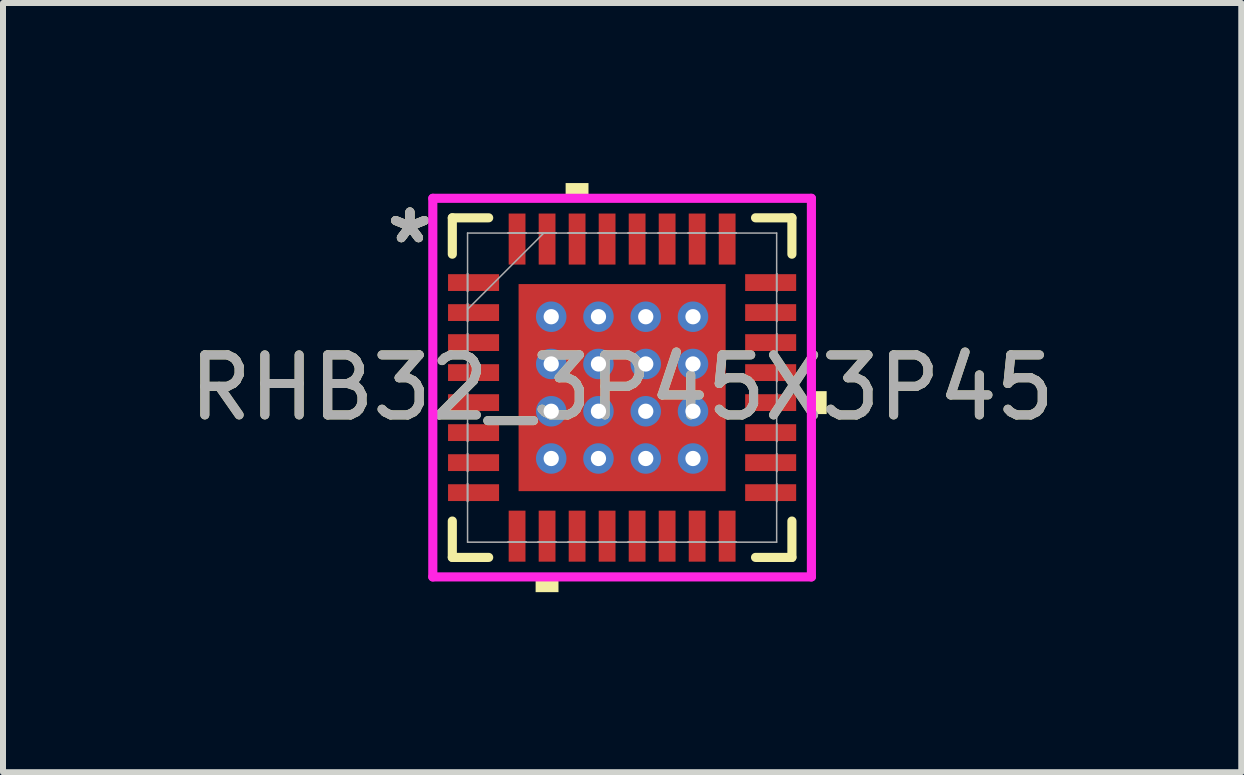
<source format=kicad_pcb>
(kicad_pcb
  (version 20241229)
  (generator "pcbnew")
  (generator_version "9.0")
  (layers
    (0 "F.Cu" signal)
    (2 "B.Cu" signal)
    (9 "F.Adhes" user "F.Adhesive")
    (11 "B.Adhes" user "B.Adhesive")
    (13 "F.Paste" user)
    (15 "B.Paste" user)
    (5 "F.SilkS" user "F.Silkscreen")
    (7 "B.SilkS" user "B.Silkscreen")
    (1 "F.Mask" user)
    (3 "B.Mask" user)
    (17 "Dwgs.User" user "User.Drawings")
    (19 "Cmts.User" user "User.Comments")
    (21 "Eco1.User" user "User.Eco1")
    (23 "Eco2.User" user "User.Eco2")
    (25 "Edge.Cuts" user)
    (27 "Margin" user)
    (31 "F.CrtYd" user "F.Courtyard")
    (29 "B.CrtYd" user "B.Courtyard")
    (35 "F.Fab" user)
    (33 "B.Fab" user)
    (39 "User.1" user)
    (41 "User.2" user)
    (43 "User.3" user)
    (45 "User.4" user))
  (footprint "RHB32_3P45X3P45"
    (layer "F.Cu")
    (at 7.315 3.408)
    (property "Reference" "RHB32_3P45X3P45" (at 0 0 0) (unlocked yes) (layer "F.SilkS") (effects (font (size 1 1) (thickness 0.15))))
    (attr smd)
    (fp_poly (pts (xy -2.97 -1.96) (xy -2.97 -1.54) (xy -1.98 -1.54) (xy -1.98 -1.96)) (stroke (width 0) (type solid)) (fill yes) (layer "F.Mask"))
    (fp_poly (pts (xy -2.97 -1.46) (xy -2.97 -1.04) (xy -1.98 -1.04) (xy -1.98 -1.46)) (stroke (width 0) (type solid)) (fill yes) (layer "F.Mask"))
    (fp_poly (pts (xy -2.97 -0.96) (xy -2.97 -0.54) (xy -1.98 -0.54) (xy -1.98 -0.96)) (stroke (width 0) (type solid)) (fill yes) (layer "F.Mask"))
    (fp_poly (pts (xy -2.97 -0.46) (xy -2.97 -0.04) (xy -1.98 -0.04) (xy -1.98 -0.46)) (stroke (width 0) (type solid)) (fill yes) (layer "F.Mask"))
    (fp_poly (pts (xy -2.97 0.04) (xy -2.97 0.46) (xy -1.98 0.46) (xy -1.98 0.04)) (stroke (width 0) (type solid)) (fill yes) (layer "F.Mask"))
    (fp_poly (pts (xy -2.97 0.54) (xy -2.97 0.96) (xy -1.98 0.96) (xy -1.98 0.54)) (stroke (width 0) (type solid)) (fill yes) (layer "F.Mask"))
    (fp_poly (pts (xy -2.97 1.04) (xy -2.97 1.46) (xy -1.98 1.46) (xy -1.98 1.04)) (stroke (width 0) (type solid)) (fill yes) (layer "F.Mask"))
    (fp_poly (pts (xy -2.97 1.54) (xy -2.97 1.96) (xy -1.98 1.96) (xy -1.98 1.54)) (stroke (width 0) (type solid)) (fill yes) (layer "F.Mask"))
    (fp_poly (pts (xy -1.96 -2.97) (xy -1.96 -1.98) (xy -1.541 -1.98) (xy -1.541 -2.97)) (stroke (width 0) (type solid)) (fill yes) (layer "F.Mask"))
    (fp_poly (pts (xy -1.96 1.98) (xy -1.96 2.97) (xy -1.541 2.97) (xy -1.541 1.98)) (stroke (width 0) (type solid)) (fill yes) (layer "F.Mask"))
    (fp_poly (pts (xy -1.788 -1.788) (xy -1.381 -1.788) (xy -1.381 1.788) (xy -1.788 1.788)) (stroke (width 0) (type solid)) (fill yes) (layer "F.Mask"))
    (fp_poly (pts (xy -1.788 -1.788) (xy 1.788 -1.788) (xy 1.788 -1.381) (xy -1.788 -1.381)) (stroke (width 0) (type solid)) (fill yes) (layer "F.Mask"))
    (fp_poly (pts (xy -1.788 -0.981) (xy 1.788 -0.981) (xy 1.788 -0.594) (xy -1.788 -0.594)) (stroke (width 0) (type solid)) (fill yes) (layer "F.Mask"))
    (fp_poly (pts (xy -1.788 -0.194) (xy 1.788 -0.194) (xy 1.788 0.194) (xy -1.788 0.194)) (stroke (width 0) (type solid)) (fill yes) (layer "F.Mask"))
    (fp_poly (pts (xy -1.788 0.594) (xy 1.788 0.594) (xy 1.788 0.981) (xy -1.788 0.981)) (stroke (width 0) (type solid)) (fill yes) (layer "F.Mask"))
    (fp_poly (pts (xy -1.788 1.381) (xy 1.788 1.381) (xy 1.788 1.788) (xy -1.788 1.788)) (stroke (width 0) (type solid)) (fill yes) (layer "F.Mask"))
    (fp_poly (pts (xy -1.46 -2.97) (xy -1.46 -1.98) (xy -1.041 -1.98) (xy -1.041 -2.97)) (stroke (width 0) (type solid)) (fill yes) (layer "F.Mask"))
    (fp_poly (pts (xy -1.46 1.98) (xy -1.46 2.97) (xy -1.041 2.97) (xy -1.041 1.98)) (stroke (width 0) (type solid)) (fill yes) (layer "F.Mask"))
    (fp_poly (pts (xy -0.96 -2.97) (xy -0.96 -1.98) (xy -0.541 -1.98) (xy -0.541 -2.97)) (stroke (width 0) (type solid)) (fill yes) (layer "F.Mask"))
    (fp_poly (pts (xy -0.96 1.98) (xy -0.96 2.97) (xy -0.541 2.97) (xy -0.541 1.98)) (stroke (width 0) (type solid)) (fill yes) (layer "F.Mask"))
    (fp_poly (pts (xy -0.594 -1.788) (xy -0.981 -1.788) (xy -0.981 1.788) (xy -0.594 1.788)) (stroke (width 0) (type solid)) (fill yes) (layer "F.Mask"))
    (fp_poly (pts (xy -0.46 -2.97) (xy -0.46 -1.98) (xy -0.04 -1.98) (xy -0.04 -2.97)) (stroke (width 0) (type solid)) (fill yes) (layer "F.Mask"))
    (fp_poly (pts (xy -0.46 1.98) (xy -0.46 2.97) (xy -0.04 2.97) (xy -0.04 1.98)) (stroke (width 0) (type solid)) (fill yes) (layer "F.Mask"))
    (fp_poly (pts (xy 0.04 -2.97) (xy 0.04 -1.98) (xy 0.46 -1.98) (xy 0.46 -2.97)) (stroke (width 0) (type solid)) (fill yes) (layer "F.Mask"))
    (fp_poly (pts (xy 0.04 1.98) (xy 0.04 2.97) (xy 0.46 2.97) (xy 0.46 1.98)) (stroke (width 0) (type solid)) (fill yes) (layer "F.Mask"))
    (fp_poly (pts (xy 0.194 -1.788) (xy -0.194 -1.788) (xy -0.194 1.788) (xy 0.194 1.788)) (stroke (width 0) (type solid)) (fill yes) (layer "F.Mask"))
    (fp_poly (pts (xy 0.541 -2.97) (xy 0.541 -1.98) (xy 0.96 -1.98) (xy 0.96 -2.97)) (stroke (width 0) (type solid)) (fill yes) (layer "F.Mask"))
    (fp_poly (pts (xy 0.541 1.98) (xy 0.541 2.97) (xy 0.96 2.97) (xy 0.96 1.98)) (stroke (width 0) (type solid)) (fill yes) (layer "F.Mask"))
    (fp_poly (pts (xy 0.981 -1.788) (xy 0.594 -1.788) (xy 0.594 1.788) (xy 0.981 1.788)) (stroke (width 0) (type solid)) (fill yes) (layer "F.Mask"))
    (fp_poly (pts (xy 1.041 -2.97) (xy 1.041 -1.98) (xy 1.46 -1.98) (xy 1.46 -2.97)) (stroke (width 0) (type solid)) (fill yes) (layer "F.Mask"))
    (fp_poly (pts (xy 1.041 1.98) (xy 1.041 2.97) (xy 1.46 2.97) (xy 1.46 1.98)) (stroke (width 0) (type solid)) (fill yes) (layer "F.Mask"))
    (fp_poly (pts (xy 1.381 -1.788) (xy 1.788 -1.788) (xy 1.788 1.788) (xy 1.381 1.788)) (stroke (width 0) (type solid)) (fill yes) (layer "F.Mask"))
    (fp_poly (pts (xy 1.541 -2.97) (xy 1.541 -1.98) (xy 1.96 -1.98) (xy 1.96 -2.97)) (stroke (width 0) (type solid)) (fill yes) (layer "F.Mask"))
    (fp_poly (pts (xy 1.541 1.98) (xy 1.541 2.97) (xy 1.96 2.97) (xy 1.96 1.98)) (stroke (width 0) (type solid)) (fill yes) (layer "F.Mask"))
    (fp_poly (pts (xy 1.98 -1.96) (xy 1.98 -1.54) (xy 2.97 -1.54) (xy 2.97 -1.96)) (stroke (width 0) (type solid)) (fill yes) (layer "F.Mask"))
    (fp_poly (pts (xy 1.98 -1.46) (xy 1.98 -1.04) (xy 2.97 -1.04) (xy 2.97 -1.46)) (stroke (width 0) (type solid)) (fill yes) (layer "F.Mask"))
    (fp_poly (pts (xy 1.98 -0.96) (xy 1.98 -0.54) (xy 2.97 -0.54) (xy 2.97 -0.96)) (stroke (width 0) (type solid)) (fill yes) (layer "F.Mask"))
    (fp_poly (pts (xy 1.98 -0.46) (xy 1.98 -0.04) (xy 2.97 -0.04) (xy 2.97 -0.46)) (stroke (width 0) (type solid)) (fill yes) (layer "F.Mask"))
    (fp_poly (pts (xy 1.98 0.04) (xy 1.98 0.46) (xy 2.97 0.46) (xy 2.97 0.04)) (stroke (width 0) (type solid)) (fill yes) (layer "F.Mask"))
    (fp_poly (pts (xy 1.98 0.54) (xy 1.98 0.96) (xy 2.97 0.96) (xy 2.97 0.54)) (stroke (width 0) (type solid)) (fill yes) (layer "F.Mask"))
    (fp_poly (pts (xy 1.98 1.04) (xy 1.98 1.46) (xy 2.97 1.46) (xy 2.97 1.04)) (stroke (width 0) (type solid)) (fill yes) (layer "F.Mask"))
    (fp_poly (pts (xy 1.98 1.54) (xy 1.98 1.96) (xy 2.97 1.96) (xy 2.97 1.54)) (stroke (width 0) (type solid)) (fill yes) (layer "F.Mask"))
    (fp_line (start -2.829 -2.829) (end -2.829 -2.223) (stroke (width 0.152) (type solid)) (layer "F.SilkS"))
    (fp_line (start -2.829 2.223) (end -2.829 2.829) (stroke (width 0.152) (type solid)) (layer "F.SilkS"))
    (fp_line (start -2.829 2.829) (end -2.223 2.829) (stroke (width 0.152) (type solid)) (layer "F.SilkS"))
    (fp_line (start -2.223 -2.829) (end -2.829 -2.829) (stroke (width 0.152) (type solid)) (layer "F.SilkS"))
    (fp_line (start 2.223 2.829) (end 2.829 2.829) (stroke (width 0.152) (type solid)) (layer "F.SilkS"))
    (fp_line (start 2.829 -2.829) (end 2.223 -2.829) (stroke (width 0.152) (type solid)) (layer "F.SilkS"))
    (fp_line (start 2.829 -2.223) (end 2.829 -2.829) (stroke (width 0.152) (type solid)) (layer "F.SilkS"))
    (fp_line (start 2.829 2.829) (end 2.829 2.223) (stroke (width 0.152) (type solid)) (layer "F.SilkS"))
    (fp_poly (pts (xy -1.441 3.154) (xy -1.441 3.408) (xy -1.06 3.408) (xy -1.06 3.154)) (stroke (width 0) (type solid)) (fill yes) (layer "F.SilkS"))
    (fp_poly (pts (xy -0.941 -3.154) (xy -0.941 -3.408) (xy -0.56 -3.408) (xy -0.56 -3.154)) (stroke (width 0) (type solid)) (fill yes) (layer "F.SilkS"))
    (fp_poly (pts (xy 3.408 0.059) (xy 3.408 0.441) (xy 3.154 0.441) (xy 3.154 0.059)) (stroke (width 0) (type solid)) (fill yes) (layer "F.SilkS"))
    (fp_poly (pts (xy -2.875 -1.865) (xy -2.875 -1.635) (xy -2.075 -1.635) (xy -2.075 -1.865)) (stroke (width 0) (type solid)) (fill yes) (layer "F.Paste"))
    (fp_poly (pts (xy -2.875 -1.365) (xy -2.875 -1.135) (xy -2.075 -1.135) (xy -2.075 -1.365)) (stroke (width 0) (type solid)) (fill yes) (layer "F.Paste"))
    (fp_poly (pts (xy -2.875 -0.865) (xy -2.875 -0.635) (xy -2.075 -0.635) (xy -2.075 -0.865)) (stroke (width 0) (type solid)) (fill yes) (layer "F.Paste"))
    (fp_poly (pts (xy -2.875 -0.365) (xy -2.875 -0.135) (xy -2.075 -0.135) (xy -2.075 -0.365)) (stroke (width 0) (type solid)) (fill yes) (layer "F.Paste"))
    (fp_poly (pts (xy -2.875 0.135) (xy -2.875 0.365) (xy -2.075 0.365) (xy -2.075 0.135)) (stroke (width 0) (type solid)) (fill yes) (layer "F.Paste"))
    (fp_poly (pts (xy -2.875 0.635) (xy -2.875 0.865) (xy -2.075 0.865) (xy -2.075 0.635)) (stroke (width 0) (type solid)) (fill yes) (layer "F.Paste"))
    (fp_poly (pts (xy -2.875 1.135) (xy -2.875 1.365) (xy -2.075 1.365) (xy -2.075 1.135)) (stroke (width 0) (type solid)) (fill yes) (layer "F.Paste"))
    (fp_poly (pts (xy -2.875 1.635) (xy -2.875 1.865) (xy -2.075 1.865) (xy -2.075 1.635)) (stroke (width 0) (type solid)) (fill yes) (layer "F.Paste"))
    (fp_poly (pts (xy -1.866 -2.875) (xy -1.866 -2.075) (xy -1.635 -2.075) (xy -1.635 -2.875)) (stroke (width 0) (type solid)) (fill yes) (layer "F.Paste"))
    (fp_poly (pts (xy -1.866 2.075) (xy -1.866 2.875) (xy -1.635 2.875) (xy -1.635 2.075)) (stroke (width 0) (type solid)) (fill yes) (layer "F.Paste"))
    (fp_poly (pts (xy -1.365 -2.875) (xy -1.365 -2.075) (xy -1.135 -2.075) (xy -1.135 -2.875)) (stroke (width 0) (type solid)) (fill yes) (layer "F.Paste"))
    (fp_poly (pts (xy -1.365 2.075) (xy -1.365 2.875) (xy -1.135 2.875) (xy -1.135 2.075)) (stroke (width 0) (type solid)) (fill yes) (layer "F.Paste"))
    (fp_poly (pts (xy -0.865 -2.875) (xy -0.865 -2.075) (xy -0.635 -2.075) (xy -0.635 -2.875)) (stroke (width 0) (type solid)) (fill yes) (layer "F.Paste"))
    (fp_poly (pts (xy -0.865 2.075) (xy -0.865 2.875) (xy -0.635 2.875) (xy -0.635 2.075)) (stroke (width 0) (type solid)) (fill yes) (layer "F.Paste"))
    (fp_poly (pts (xy -0.365 -2.875) (xy -0.365 -2.075) (xy -0.135 -2.075) (xy -0.135 -2.875)) (stroke (width 0) (type solid)) (fill yes) (layer "F.Paste"))
    (fp_poly (pts (xy -0.365 2.075) (xy -0.365 2.875) (xy -0.135 2.875) (xy -0.135 2.075)) (stroke (width 0) (type solid)) (fill yes) (layer "F.Paste"))
    (fp_poly (pts (xy 0.135 -2.875) (xy 0.135 -2.075) (xy 0.365 -2.075) (xy 0.365 -2.875)) (stroke (width 0) (type solid)) (fill yes) (layer "F.Paste"))
    (fp_poly (pts (xy 0.135 2.075) (xy 0.135 2.875) (xy 0.365 2.875) (xy 0.365 2.075)) (stroke (width 0) (type solid)) (fill yes) (layer "F.Paste"))
    (fp_poly (pts (xy 0.635 -2.875) (xy 0.635 -2.075) (xy 0.865 -2.075) (xy 0.865 -2.875)) (stroke (width 0) (type solid)) (fill yes) (layer "F.Paste"))
    (fp_poly (pts (xy 0.635 2.075) (xy 0.635 2.875) (xy 0.865 2.875) (xy 0.865 2.075)) (stroke (width 0) (type solid)) (fill yes) (layer "F.Paste"))
    (fp_poly (pts (xy 1.135 -2.875) (xy 1.135 -2.075) (xy 1.365 -2.075) (xy 1.365 -2.875)) (stroke (width 0) (type solid)) (fill yes) (layer "F.Paste"))
    (fp_poly (pts (xy 1.135 2.075) (xy 1.135 2.875) (xy 1.365 2.875) (xy 1.365 2.075)) (stroke (width 0) (type solid)) (fill yes) (layer "F.Paste"))
    (fp_poly (pts (xy 1.635 -2.875) (xy 1.635 -2.075) (xy 1.866 -2.075) (xy 1.866 -2.875)) (stroke (width 0) (type solid)) (fill yes) (layer "F.Paste"))
    (fp_poly (pts (xy 1.635 2.075) (xy 1.635 2.875) (xy 1.866 2.875) (xy 1.866 2.075)) (stroke (width 0) (type solid)) (fill yes) (layer "F.Paste"))
    (fp_poly (pts (xy 2.075 -1.865) (xy 2.075 -1.635) (xy 2.875 -1.635) (xy 2.875 -1.865)) (stroke (width 0) (type solid)) (fill yes) (layer "F.Paste"))
    (fp_poly (pts (xy 2.075 -1.365) (xy 2.075 -1.135) (xy 2.875 -1.135) (xy 2.875 -1.365)) (stroke (width 0) (type solid)) (fill yes) (layer "F.Paste"))
    (fp_poly (pts (xy 2.075 -0.865) (xy 2.075 -0.635) (xy 2.875 -0.635) (xy 2.875 -0.865)) (stroke (width 0) (type solid)) (fill yes) (layer "F.Paste"))
    (fp_poly (pts (xy 2.075 -0.365) (xy 2.075 -0.135) (xy 2.875 -0.135) (xy 2.875 -0.365)) (stroke (width 0) (type solid)) (fill yes) (layer "F.Paste"))
    (fp_poly (pts (xy 2.075 0.135) (xy 2.075 0.365) (xy 2.875 0.365) (xy 2.875 0.135)) (stroke (width 0) (type solid)) (fill yes) (layer "F.Paste"))
    (fp_poly (pts (xy 2.075 0.635) (xy 2.075 0.865) (xy 2.875 0.865) (xy 2.875 0.635)) (stroke (width 0) (type solid)) (fill yes) (layer "F.Paste"))
    (fp_poly (pts (xy 2.075 1.135) (xy 2.075 1.365) (xy 2.875 1.365) (xy 2.875 1.135)) (stroke (width 0) (type solid)) (fill yes) (layer "F.Paste"))
    (fp_poly (pts (xy 2.075 1.635) (xy 2.075 1.865) (xy 2.875 1.865) (xy 2.875 1.635)) (stroke (width 0) (type solid)) (fill yes) (layer "F.Paste"))
    (fp_poly (pts (xy -1.65 -1.65) (xy -1.65 -1.281) (xy -1.423 -1.281) (xy -1.281 -1.423) (xy -1.281 -1.65)) (stroke (width 0) (type solid)) (fill yes) (layer "F.Paste"))
    (fp_poly (pts (xy -1.65 1.281) (xy -1.65 1.65) (xy -1.281 1.65) (xy -1.281 1.423) (xy -1.423 1.281)) (stroke (width 0) (type solid)) (fill yes) (layer "F.Paste"))
    (fp_poly (pts (xy 1.281 -1.65) (xy 1.281 -1.423) (xy 1.423 -1.281) (xy 1.65 -1.281) (xy 1.65 -1.65)) (stroke (width 0) (type solid)) (fill yes) (layer "F.Paste"))
    (fp_poly (pts (xy 1.423 1.281) (xy 1.281 1.423) (xy 1.281 1.65) (xy 1.65 1.65) (xy 1.65 1.281)) (stroke (width 0) (type solid)) (fill yes) (layer "F.Paste"))
    (fp_poly (pts (xy -1.65 -1.081) (xy -1.65 -0.494) (xy -1.423 -0.494) (xy -1.281 -0.635) (xy -1.281 -0.94) (xy -1.423 -1.081)) (stroke (width 0) (type solid)) (fill yes) (layer "F.Paste"))
    (fp_poly (pts (xy -1.65 -0.294) (xy -1.65 0.294) (xy -1.423 0.294) (xy -1.281 0.152) (xy -1.281 -0.152) (xy -1.423 -0.294)) (stroke (width 0) (type solid)) (fill yes) (layer "F.Paste"))
    (fp_poly (pts (xy -1.65 0.494) (xy -1.65 1.081) (xy -1.423 1.081) (xy -1.281 0.94) (xy -1.281 0.635) (xy -1.423 0.494)) (stroke (width 0) (type solid)) (fill yes) (layer "F.Paste"))
    (fp_poly (pts (xy -1.081 -1.65) (xy -1.081 -1.423) (xy -0.94 -1.281) (xy -0.635 -1.281) (xy -0.494 -1.423) (xy -0.494 -1.65)) (stroke (width 0) (type solid)) (fill yes) (layer "F.Paste"))
    (fp_poly (pts (xy -0.94 1.281) (xy -1.081 1.423) (xy -1.081 1.65) (xy -0.494 1.65) (xy -0.494 1.423) (xy -0.635 1.281)) (stroke (width 0) (type solid)) (fill yes) (layer "F.Paste"))
    (fp_poly (pts (xy -0.294 -1.65) (xy -0.294 -1.423) (xy -0.152 -1.281) (xy 0.152 -1.281) (xy 0.294 -1.423) (xy 0.294 -1.65)) (stroke (width 0) (type solid)) (fill yes) (layer "F.Paste"))
    (fp_poly (pts (xy -0.152 1.281) (xy -0.294 1.423) (xy -0.294 1.65) (xy 0.294 1.65) (xy 0.294 1.423) (xy 0.152 1.281)) (stroke (width 0) (type solid)) (fill yes) (layer "F.Paste"))
    (fp_poly (pts (xy 0.494 -1.65) (xy 0.494 -1.423) (xy 0.635 -1.281) (xy 0.94 -1.281) (xy 1.081 -1.423) (xy 1.081 -1.65)) (stroke (width 0) (type solid)) (fill yes) (layer "F.Paste"))
    (fp_poly (pts (xy 0.635 1.281) (xy 0.494 1.423) (xy 0.494 1.65) (xy 1.081 1.65) (xy 1.081 1.423) (xy 0.94 1.281)) (stroke (width 0) (type solid)) (fill yes) (layer "F.Paste"))
    (fp_poly (pts (xy 1.423 -1.081) (xy 1.281 -0.94) (xy 1.281 -0.635) (xy 1.423 -0.494) (xy 1.65 -0.494) (xy 1.65 -1.081)) (stroke (width 0) (type solid)) (fill yes) (layer "F.Paste"))
    (fp_poly (pts (xy 1.423 -0.294) (xy 1.281 -0.152) (xy 1.281 0.152) (xy 1.423 0.294) (xy 1.65 0.294) (xy 1.65 -0.294)) (stroke (width 0) (type solid)) (fill yes) (layer "F.Paste"))
    (fp_poly (pts (xy 1.423 0.494) (xy 1.281 0.635) (xy 1.281 0.94) (xy 1.423 1.081) (xy 1.65 1.081) (xy 1.65 0.494)) (stroke (width 0) (type solid)) (fill yes) (layer "F.Paste"))
    (fp_poly (pts (xy -0.94 -1.081) (xy -1.081 -0.94) (xy -1.081 -0.635) (xy -0.94 -0.494) (xy -0.635 -0.494) (xy -0.494 -0.635) (xy -0.494 -0.94) (xy -0.635 -1.081)) (stroke (width 0) (type solid)) (fill yes) (layer "F.Paste"))
    (fp_poly (pts (xy -0.94 -0.294) (xy -1.081 -0.152) (xy -1.081 0.152) (xy -0.94 0.294) (xy -0.635 0.294) (xy -0.494 0.152) (xy -0.494 -0.152) (xy -0.635 -0.294)) (stroke (width 0) (type solid)) (fill yes) (layer "F.Paste"))
    (fp_poly (pts (xy -0.94 0.494) (xy -1.081 0.635) (xy -1.081 0.94) (xy -0.94 1.081) (xy -0.635 1.081) (xy -0.494 0.94) (xy -0.494 0.635) (xy -0.635 0.494)) (stroke (width 0) (type solid)) (fill yes) (layer "F.Paste"))
    (fp_poly (pts (xy -0.152 -1.081) (xy -0.294 -0.94) (xy -0.294 -0.635) (xy -0.152 -0.494) (xy 0.152 -0.494) (xy 0.294 -0.635) (xy 0.294 -0.94) (xy 0.152 -1.081)) (stroke (width 0) (type solid)) (fill yes) (layer "F.Paste"))
    (fp_poly (pts (xy -0.152 -0.294) (xy -0.294 -0.152) (xy -0.294 0.152) (xy -0.152 0.294) (xy 0.152 0.294) (xy 0.294 0.152) (xy 0.294 -0.152) (xy 0.152 -0.294)) (stroke (width 0) (type solid)) (fill yes) (layer "F.Paste"))
    (fp_poly (pts (xy -0.152 0.494) (xy -0.294 0.635) (xy -0.294 0.94) (xy -0.152 1.081) (xy 0.152 1.081) (xy 0.294 0.94) (xy 0.294 0.635) (xy 0.152 0.494)) (stroke (width 0) (type solid)) (fill yes) (layer "F.Paste"))
    (fp_poly (pts (xy 0.635 -1.081) (xy 0.494 -0.94) (xy 0.494 -0.635) (xy 0.635 -0.494) (xy 0.94 -0.494) (xy 1.081 -0.635) (xy 1.081 -0.94) (xy 0.94 -1.081)) (stroke (width 0) (type solid)) (fill yes) (layer "F.Paste"))
    (fp_poly (pts (xy 0.635 -0.294) (xy 0.494 -0.152) (xy 0.494 0.152) (xy 0.635 0.294) (xy 0.94 0.294) (xy 1.081 0.152) (xy 1.081 -0.152) (xy 0.94 -0.294)) (stroke (width 0) (type solid)) (fill yes) (layer "F.Paste"))
    (fp_poly (pts (xy 0.635 0.494) (xy 0.494 0.635) (xy 0.494 0.94) (xy 0.635 1.081) (xy 0.94 1.081) (xy 1.081 0.94) (xy 1.081 0.635) (xy 0.94 0.494)) (stroke (width 0) (type solid)) (fill yes) (layer "F.Paste"))
    (fp_line (start -3.154 -3.154) (end 3.154 -3.154) (stroke (width 0.152) (type solid)) (layer "F.CrtYd"))
    (fp_line (start -3.154 3.154) (end -3.154 -3.154) (stroke (width 0.152) (type solid)) (layer "F.CrtYd"))
    (fp_line (start 3.154 -3.154) (end 3.154 3.154) (stroke (width 0.152) (type solid)) (layer "F.CrtYd"))
    (fp_line (start 3.154 3.154) (end -3.154 3.154) (stroke (width 0.152) (type solid)) (layer "F.CrtYd"))
    (fp_line (start -2.575 -2.575) (end -2.575 2.575) (stroke (width 0.025) (type solid)) (layer "F.Fab"))
    (fp_line (start -2.575 -1.9) (end -2.575 -1.9) (stroke (width 0.025) (type solid)) (layer "F.Fab"))
    (fp_line (start -2.575 -1.9) (end -2.575 -1.6) (stroke (width 0.025) (type solid)) (layer "F.Fab"))
    (fp_line (start -2.575 -1.6) (end -2.575 -1.9) (stroke (width 0.025) (type solid)) (layer "F.Fab"))
    (fp_line (start -2.575 -1.6) (end -2.575 -1.6) (stroke (width 0.025) (type solid)) (layer "F.Fab"))
    (fp_line (start -2.575 -1.4) (end -2.575 -1.4) (stroke (width 0.025) (type solid)) (layer "F.Fab"))
    (fp_line (start -2.575 -1.4) (end -2.575 -1.1) (stroke (width 0.025) (type solid)) (layer "F.Fab"))
    (fp_line (start -2.575 -1.305) (end -1.305 -2.575) (stroke (width 0.025) (type solid)) (layer "F.Fab"))
    (fp_line (start -2.575 -1.1) (end -2.575 -1.4) (stroke (width 0.025) (type solid)) (layer "F.Fab"))
    (fp_line (start -2.575 -1.1) (end -2.575 -1.1) (stroke (width 0.025) (type solid)) (layer "F.Fab"))
    (fp_line (start -2.575 -0.9) (end -2.575 -0.9) (stroke (width 0.025) (type solid)) (layer "F.Fab"))
    (fp_line (start -2.575 -0.9) (end -2.575 -0.6) (stroke (width 0.025) (type solid)) (layer "F.Fab"))
    (fp_line (start -2.575 -0.6) (end -2.575 -0.9) (stroke (width 0.025) (type solid)) (layer "F.Fab"))
    (fp_line (start -2.575 -0.6) (end -2.575 -0.6) (stroke (width 0.025) (type solid)) (layer "F.Fab"))
    (fp_line (start -2.575 -0.4) (end -2.575 -0.4) (stroke (width 0.025) (type solid)) (layer "F.Fab"))
    (fp_line (start -2.575 -0.4) (end -2.575 -0.1) (stroke (width 0.025) (type solid)) (layer "F.Fab"))
    (fp_line (start -2.575 -0.1) (end -2.575 -0.4) (stroke (width 0.025) (type solid)) (layer "F.Fab"))
    (fp_line (start -2.575 -0.1) (end -2.575 -0.1) (stroke (width 0.025) (type solid)) (layer "F.Fab"))
    (fp_line (start -2.575 0.1) (end -2.575 0.1) (stroke (width 0.025) (type solid)) (layer "F.Fab"))
    (fp_line (start -2.575 0.1) (end -2.575 0.4) (stroke (width 0.025) (type solid)) (layer "F.Fab"))
    (fp_line (start -2.575 0.4) (end -2.575 0.1) (stroke (width 0.025) (type solid)) (layer "F.Fab"))
    (fp_line (start -2.575 0.4) (end -2.575 0.4) (stroke (width 0.025) (type solid)) (layer "F.Fab"))
    (fp_line (start -2.575 0.6) (end -2.575 0.6) (stroke (width 0.025) (type solid)) (layer "F.Fab"))
    (fp_line (start -2.575 0.6) (end -2.575 0.9) (stroke (width 0.025) (type solid)) (layer "F.Fab"))
    (fp_line (start -2.575 0.9) (end -2.575 0.6) (stroke (width 0.025) (type solid)) (layer "F.Fab"))
    (fp_line (start -2.575 0.9) (end -2.575 0.9) (stroke (width 0.025) (type solid)) (layer "F.Fab"))
    (fp_line (start -2.575 1.1) (end -2.575 1.1) (stroke (width 0.025) (type solid)) (layer "F.Fab"))
    (fp_line (start -2.575 1.1) (end -2.575 1.4) (stroke (width 0.025) (type solid)) (layer "F.Fab"))
    (fp_line (start -2.575 1.4) (end -2.575 1.1) (stroke (width 0.025) (type solid)) (layer "F.Fab"))
    (fp_line (start -2.575 1.4) (end -2.575 1.4) (stroke (width 0.025) (type solid)) (layer "F.Fab"))
    (fp_line (start -2.575 1.6) (end -2.575 1.6) (stroke (width 0.025) (type solid)) (layer "F.Fab"))
    (fp_line (start -2.575 1.6) (end -2.575 1.9) (stroke (width 0.025) (type solid)) (layer "F.Fab"))
    (fp_line (start -2.575 1.9) (end -2.575 1.6) (stroke (width 0.025) (type solid)) (layer "F.Fab"))
    (fp_line (start -2.575 1.9) (end -2.575 1.9) (stroke (width 0.025) (type solid)) (layer "F.Fab"))
    (fp_line (start -2.575 2.575) (end 2.575 2.575) (stroke (width 0.025) (type solid)) (layer "F.Fab"))
    (fp_line (start -1.9 -2.575) (end -1.9 -2.575) (stroke (width 0.025) (type solid)) (layer "F.Fab"))
    (fp_line (start -1.9 -2.575) (end -1.6 -2.575) (stroke (width 0.025) (type solid)) (layer "F.Fab"))
    (fp_line (start -1.9 2.575) (end -1.9 2.575) (stroke (width 0.025) (type solid)) (layer "F.Fab"))
    (fp_line (start -1.9 2.575) (end -1.6 2.575) (stroke (width 0.025) (type solid)) (layer "F.Fab"))
    (fp_line (start -1.6 -2.575) (end -1.9 -2.575) (stroke (width 0.025) (type solid)) (layer "F.Fab"))
    (fp_line (start -1.6 -2.575) (end -1.6 -2.575) (stroke (width 0.025) (type solid)) (layer "F.Fab"))
    (fp_line (start -1.6 2.575) (end -1.9 2.575) (stroke (width 0.025) (type solid)) (layer "F.Fab"))
    (fp_line (start -1.6 2.575) (end -1.6 2.575) (stroke (width 0.025) (type solid)) (layer "F.Fab"))
    (fp_line (start -1.4 -2.575) (end -1.4 -2.575) (stroke (width 0.025) (type solid)) (layer "F.Fab"))
    (fp_line (start -1.4 -2.575) (end -1.1 -2.575) (stroke (width 0.025) (type solid)) (layer "F.Fab"))
    (fp_line (start -1.4 2.575) (end -1.4 2.575) (stroke (width 0.025) (type solid)) (layer "F.Fab"))
    (fp_line (start -1.4 2.575) (end -1.1 2.575) (stroke (width 0.025) (type solid)) (layer "F.Fab"))
    (fp_line (start -1.1 -2.575) (end -1.4 -2.575) (stroke (width 0.025) (type solid)) (layer "F.Fab"))
    (fp_line (start -1.1 -2.575) (end -1.1 -2.575) (stroke (width 0.025) (type solid)) (layer "F.Fab"))
    (fp_line (start -1.1 2.575) (end -1.4 2.575) (stroke (width 0.025) (type solid)) (layer "F.Fab"))
    (fp_line (start -1.1 2.575) (end -1.1 2.575) (stroke (width 0.025) (type solid)) (layer "F.Fab"))
    (fp_line (start -0.9 -2.575) (end -0.9 -2.575) (stroke (width 0.025) (type solid)) (layer "F.Fab"))
    (fp_line (start -0.9 -2.575) (end -0.6 -2.575) (stroke (width 0.025) (type solid)) (layer "F.Fab"))
    (fp_line (start -0.9 2.575) (end -0.9 2.575) (stroke (width 0.025) (type solid)) (layer "F.Fab"))
    (fp_line (start -0.9 2.575) (end -0.6 2.575) (stroke (width 0.025) (type solid)) (layer "F.Fab"))
    (fp_line (start -0.6 -2.575) (end -0.9 -2.575) (stroke (width 0.025) (type solid)) (layer "F.Fab"))
    (fp_line (start -0.6 -2.575) (end -0.6 -2.575) (stroke (width 0.025) (type solid)) (layer "F.Fab"))
    (fp_line (start -0.6 2.575) (end -0.9 2.575) (stroke (width 0.025) (type solid)) (layer "F.Fab"))
    (fp_line (start -0.6 2.575) (end -0.6 2.575) (stroke (width 0.025) (type solid)) (layer "F.Fab"))
    (fp_line (start -0.4 -2.575) (end -0.4 -2.575) (stroke (width 0.025) (type solid)) (layer "F.Fab"))
    (fp_line (start -0.4 -2.575) (end -0.1 -2.575) (stroke (width 0.025) (type solid)) (layer "F.Fab"))
    (fp_line (start -0.4 2.575) (end -0.4 2.575) (stroke (width 0.025) (type solid)) (layer "F.Fab"))
    (fp_line (start -0.4 2.575) (end -0.1 2.575) (stroke (width 0.025) (type solid)) (layer "F.Fab"))
    (fp_line (start -0.1 -2.575) (end -0.4 -2.575) (stroke (width 0.025) (type solid)) (layer "F.Fab"))
    (fp_line (start -0.1 -2.575) (end -0.1 -2.575) (stroke (width 0.025) (type solid)) (layer "F.Fab"))
    (fp_line (start -0.1 2.575) (end -0.4 2.575) (stroke (width 0.025) (type solid)) (layer "F.Fab"))
    (fp_line (start -0.1 2.575) (end -0.1 2.575) (stroke (width 0.025) (type solid)) (layer "F.Fab"))
    (fp_line (start 0.1 -2.575) (end 0.1 -2.575) (stroke (width 0.025) (type solid)) (layer "F.Fab"))
    (fp_line (start 0.1 -2.575) (end 0.4 -2.575) (stroke (width 0.025) (type solid)) (layer "F.Fab"))
    (fp_line (start 0.1 2.575) (end 0.1 2.575) (stroke (width 0.025) (type solid)) (layer "F.Fab"))
    (fp_line (start 0.1 2.575) (end 0.4 2.575) (stroke (width 0.025) (type solid)) (layer "F.Fab"))
    (fp_line (start 0.4 -2.575) (end 0.1 -2.575) (stroke (width 0.025) (type solid)) (layer "F.Fab"))
    (fp_line (start 0.4 -2.575) (end 0.4 -2.575) (stroke (width 0.025) (type solid)) (layer "F.Fab"))
    (fp_line (start 0.4 2.575) (end 0.1 2.575) (stroke (width 0.025) (type solid)) (layer "F.Fab"))
    (fp_line (start 0.4 2.575) (end 0.4 2.575) (stroke (width 0.025) (type solid)) (layer "F.Fab"))
    (fp_line (start 0.6 -2.575) (end 0.6 -2.575) (stroke (width 0.025) (type solid)) (layer "F.Fab"))
    (fp_line (start 0.6 -2.575) (end 0.9 -2.575) (stroke (width 0.025) (type solid)) (layer "F.Fab"))
    (fp_line (start 0.6 2.575) (end 0.6 2.575) (stroke (width 0.025) (type solid)) (layer "F.Fab"))
    (fp_line (start 0.6 2.575) (end 0.9 2.575) (stroke (width 0.025) (type solid)) (layer "F.Fab"))
    (fp_line (start 0.9 -2.575) (end 0.6 -2.575) (stroke (width 0.025) (type solid)) (layer "F.Fab"))
    (fp_line (start 0.9 -2.575) (end 0.9 -2.575) (stroke (width 0.025) (type solid)) (layer "F.Fab"))
    (fp_line (start 0.9 2.575) (end 0.6 2.575) (stroke (width 0.025) (type solid)) (layer "F.Fab"))
    (fp_line (start 0.9 2.575) (end 0.9 2.575) (stroke (width 0.025) (type solid)) (layer "F.Fab"))
    (fp_line (start 1.1 -2.575) (end 1.1 -2.575) (stroke (width 0.025) (type solid)) (layer "F.Fab"))
    (fp_line (start 1.1 -2.575) (end 1.4 -2.575) (stroke (width 0.025) (type solid)) (layer "F.Fab"))
    (fp_line (start 1.1 2.575) (end 1.1 2.575) (stroke (width 0.025) (type solid)) (layer "F.Fab"))
    (fp_line (start 1.1 2.575) (end 1.4 2.575) (stroke (width 0.025) (type solid)) (layer "F.Fab"))
    (fp_line (start 1.4 -2.575) (end 1.1 -2.575) (stroke (width 0.025) (type solid)) (layer "F.Fab"))
    (fp_line (start 1.4 -2.575) (end 1.4 -2.575) (stroke (width 0.025) (type solid)) (layer "F.Fab"))
    (fp_line (start 1.4 2.575) (end 1.1 2.575) (stroke (width 0.025) (type solid)) (layer "F.Fab"))
    (fp_line (start 1.4 2.575) (end 1.4 2.575) (stroke (width 0.025) (type solid)) (layer "F.Fab"))
    (fp_line (start 1.6 -2.575) (end 1.6 -2.575) (stroke (width 0.025) (type solid)) (layer "F.Fab"))
    (fp_line (start 1.6 -2.575) (end 1.9 -2.575) (stroke (width 0.025) (type solid)) (layer "F.Fab"))
    (fp_line (start 1.6 2.575) (end 1.6 2.575) (stroke (width 0.025) (type solid)) (layer "F.Fab"))
    (fp_line (start 1.6 2.575) (end 1.9 2.575) (stroke (width 0.025) (type solid)) (layer "F.Fab"))
    (fp_line (start 1.9 -2.575) (end 1.6 -2.575) (stroke (width 0.025) (type solid)) (layer "F.Fab"))
    (fp_line (start 1.9 -2.575) (end 1.9 -2.575) (stroke (width 0.025) (type solid)) (layer "F.Fab"))
    (fp_line (start 1.9 2.575) (end 1.6 2.575) (stroke (width 0.025) (type solid)) (layer "F.Fab"))
    (fp_line (start 1.9 2.575) (end 1.9 2.575) (stroke (width 0.025) (type solid)) (layer "F.Fab"))
    (fp_line (start 2.575 -2.575) (end -2.575 -2.575) (stroke (width 0.025) (type solid)) (layer "F.Fab"))
    (fp_line (start 2.575 -1.9) (end 2.575 -1.9) (stroke (width 0.025) (type solid)) (layer "F.Fab"))
    (fp_line (start 2.575 -1.9) (end 2.575 -1.6) (stroke (width 0.025) (type solid)) (layer "F.Fab"))
    (fp_line (start 2.575 -1.6) (end 2.575 -1.9) (stroke (width 0.025) (type solid)) (layer "F.Fab"))
    (fp_line (start 2.575 -1.6) (end 2.575 -1.6) (stroke (width 0.025) (type solid)) (layer "F.Fab"))
    (fp_line (start 2.575 -1.4) (end 2.575 -1.4) (stroke (width 0.025) (type solid)) (layer "F.Fab"))
    (fp_line (start 2.575 -1.4) (end 2.575 -1.1) (stroke (width 0.025) (type solid)) (layer "F.Fab"))
    (fp_line (start 2.575 -1.1) (end 2.575 -1.4) (stroke (width 0.025) (type solid)) (layer "F.Fab"))
    (fp_line (start 2.575 -1.1) (end 2.575 -1.1) (stroke (width 0.025) (type solid)) (layer "F.Fab"))
    (fp_line (start 2.575 -0.9) (end 2.575 -0.9) (stroke (width 0.025) (type solid)) (layer "F.Fab"))
    (fp_line (start 2.575 -0.9) (end 2.575 -0.6) (stroke (width 0.025) (type solid)) (layer "F.Fab"))
    (fp_line (start 2.575 -0.6) (end 2.575 -0.9) (stroke (width 0.025) (type solid)) (layer "F.Fab"))
    (fp_line (start 2.575 -0.6) (end 2.575 -0.6) (stroke (width 0.025) (type solid)) (layer "F.Fab"))
    (fp_line (start 2.575 -0.4) (end 2.575 -0.4) (stroke (width 0.025) (type solid)) (layer "F.Fab"))
    (fp_line (start 2.575 -0.4) (end 2.575 -0.1) (stroke (width 0.025) (type solid)) (layer "F.Fab"))
    (fp_line (start 2.575 -0.1) (end 2.575 -0.4) (stroke (width 0.025) (type solid)) (layer "F.Fab"))
    (fp_line (start 2.575 -0.1) (end 2.575 -0.1) (stroke (width 0.025) (type solid)) (layer "F.Fab"))
    (fp_line (start 2.575 0.1) (end 2.575 0.1) (stroke (width 0.025) (type solid)) (layer "F.Fab"))
    (fp_line (start 2.575 0.1) (end 2.575 0.4) (stroke (width 0.025) (type solid)) (layer "F.Fab"))
    (fp_line (start 2.575 0.4) (end 2.575 0.1) (stroke (width 0.025) (type solid)) (layer "F.Fab"))
    (fp_line (start 2.575 0.4) (end 2.575 0.4) (stroke (width 0.025) (type solid)) (layer "F.Fab"))
    (fp_line (start 2.575 0.6) (end 2.575 0.6) (stroke (width 0.025) (type solid)) (layer "F.Fab"))
    (fp_line (start 2.575 0.6) (end 2.575 0.9) (stroke (width 0.025) (type solid)) (layer "F.Fab"))
    (fp_line (start 2.575 0.9) (end 2.575 0.6) (stroke (width 0.025) (type solid)) (layer "F.Fab"))
    (fp_line (start 2.575 0.9) (end 2.575 0.9) (stroke (width 0.025) (type solid)) (layer "F.Fab"))
    (fp_line (start 2.575 1.1) (end 2.575 1.1) (stroke (width 0.025) (type solid)) (layer "F.Fab"))
    (fp_line (start 2.575 1.1) (end 2.575 1.4) (stroke (width 0.025) (type solid)) (layer "F.Fab"))
    (fp_line (start 2.575 1.4) (end 2.575 1.1) (stroke (width 0.025) (type solid)) (layer "F.Fab"))
    (fp_line (start 2.575 1.4) (end 2.575 1.4) (stroke (width 0.025) (type solid)) (layer "F.Fab"))
    (fp_line (start 2.575 1.6) (end 2.575 1.6) (stroke (width 0.025) (type solid)) (layer "F.Fab"))
    (fp_line (start 2.575 1.6) (end 2.575 1.9) (stroke (width 0.025) (type solid)) (layer "F.Fab"))
    (fp_line (start 2.575 1.9) (end 2.575 1.6) (stroke (width 0.025) (type solid)) (layer "F.Fab"))
    (fp_line (start 2.575 1.9) (end 2.575 1.9) (stroke (width 0.025) (type solid)) (layer "F.Fab"))
    (fp_line (start 2.575 2.575) (end 2.575 -2.575) (stroke (width 0.025) (type solid)) (layer "F.Fab"))
    (fp_text user "*" (at -3.535 -2.381 0) (unlocked yes) (layer "F.SilkS") (effects (font (size 1 1) (thickness 0.15))))
    (fp_text user "*" (at -3.535 -2.381 0) (layer "F.SilkS") (effects (font (size 1 1) (thickness 0.15))))
    (fp_text user "${REFERENCE}" (at 0 0 0) (unlocked yes) (layer "F.Fab") (effects (font (size 1 1) (thickness 0.15))))
    (fp_text user "*" (at -3.535 -2.381 0) (layer "F.Fab") (effects (font (size 1 1) (thickness 0.15))))
    (fp_text user "*" (at -3.535 -2.381 0) (unlocked yes) (layer "F.Fab") (effects (font (size 1 1) (thickness 0.15))))
    (pad "1" smd rect (at -2.475 -1.75 90) (size 0.28 0.85) (layers "F.Cu" "F.Mask"))
    (pad "2" smd rect (at -2.475 -1.25 90) (size 0.28 0.85) (layers "F.Cu" "F.Mask"))
    (pad "3" smd rect (at -2.475 -0.75 90) (size 0.28 0.85) (layers "F.Cu" "F.Mask"))
    (pad "4" smd rect (at -2.475 -0.25 90) (size 0.28 0.85) (layers "F.Cu" "F.Mask"))
    (pad "5" smd rect (at -2.475 0.25 90) (size 0.28 0.85) (layers "F.Cu" "F.Mask"))
    (pad "6" smd rect (at -2.475 0.75 90) (size 0.28 0.85) (layers "F.Cu" "F.Mask"))
    (pad "7" smd rect (at -2.475 1.25 90) (size 0.28 0.85) (layers "F.Cu" "F.Mask"))
    (pad "8" smd rect (at -2.475 1.75 90) (size 0.28 0.85) (layers "F.Cu" "F.Mask"))
    (pad "9" smd rect (at -1.75 2.475) (size 0.28 0.85) (layers "F.Cu" "F.Mask"))
    (pad "10" smd rect (at -1.25 2.475) (size 0.28 0.85) (layers "F.Cu" "F.Mask"))
    (pad "11" smd rect (at -0.75 2.475) (size 0.28 0.85) (layers "F.Cu" "F.Mask"))
    (pad "12" smd rect (at -0.25 2.475) (size 0.28 0.85) (layers "F.Cu" "F.Mask"))
    (pad "13" smd rect (at 0.25 2.475) (size 0.28 0.85) (layers "F.Cu" "F.Mask"))
    (pad "14" smd rect (at 0.75 2.475) (size 0.28 0.85) (layers "F.Cu" "F.Mask"))
    (pad "15" smd rect (at 1.25 2.475) (size 0.28 0.85) (layers "F.Cu" "F.Mask"))
    (pad "16" smd rect (at 1.75 2.475) (size 0.28 0.85) (layers "F.Cu" "F.Mask"))
    (pad "17" smd rect (at 2.475 1.75 90) (size 0.28 0.85) (layers "F.Cu" "F.Mask"))
    (pad "18" smd rect (at 2.475 1.25 90) (size 0.28 0.85) (layers "F.Cu" "F.Mask"))
    (pad "19" smd rect (at 2.475 0.75 90) (size 0.28 0.85) (layers "F.Cu" "F.Mask"))
    (pad "20" smd rect (at 2.475 0.25 90) (size 0.28 0.85) (layers "F.Cu" "F.Mask"))
    (pad "21" smd rect (at 2.475 -0.25 90) (size 0.28 0.85) (layers "F.Cu" "F.Mask"))
    (pad "22" smd rect (at 2.475 -0.75 90) (size 0.28 0.85) (layers "F.Cu" "F.Mask"))
    (pad "23" smd rect (at 2.475 -1.25 90) (size 0.28 0.85) (layers "F.Cu" "F.Mask"))
    (pad "24" smd rect (at 2.475 -1.75 90) (size 0.28 0.85) (layers "F.Cu" "F.Mask"))
    (pad "25" smd rect (at 1.75 -2.475) (size 0.28 0.85) (layers "F.Cu" "F.Mask"))
    (pad "26" smd rect (at 1.25 -2.475) (size 0.28 0.85) (layers "F.Cu" "F.Mask"))
    (pad "27" smd rect (at 0.75 -2.475) (size 0.28 0.85) (layers "F.Cu" "F.Mask"))
    (pad "28" smd rect (at 0.25 -2.475) (size 0.28 0.85) (layers "F.Cu" "F.Mask"))
    (pad "29" smd rect (at -0.25 -2.475) (size 0.28 0.85) (layers "F.Cu" "F.Mask"))
    (pad "30" smd rect (at -0.75 -2.475) (size 0.28 0.85) (layers "F.Cu" "F.Mask"))
    (pad "31" smd rect (at -1.25 -2.475) (size 0.28 0.85) (layers "F.Cu" "F.Mask"))
    (pad "32" smd rect (at -1.75 -2.475) (size 0.28 0.85) (layers "F.Cu" "F.Mask"))
    (pad "33" smd rect (at 0 0) (size 3.45 3.45) (layers "F.Cu"))
    (pad "V" thru_hole circle (at -1.181 -1.181) (size 0.508 0.508) (drill 0.254) (layers "*.Cu" "*.Mask"))
    (pad "V" thru_hole circle (at -1.181 -0.394) (size 0.508 0.508) (drill 0.254) (layers "*.Cu" "*.Mask"))
    (pad "V" thru_hole circle (at -1.181 0.394) (size 0.508 0.508) (drill 0.254) (layers "*.Cu" "*.Mask"))
    (pad "V" thru_hole circle (at -1.181 1.181) (size 0.508 0.508) (drill 0.254) (layers "*.Cu" "*.Mask"))
    (pad "V" thru_hole circle (at -0.394 -1.181) (size 0.508 0.508) (drill 0.254) (layers "*.Cu" "*.Mask"))
    (pad "V" thru_hole circle (at -0.394 -0.394) (size 0.508 0.508) (drill 0.254) (layers "*.Cu" "*.Mask"))
    (pad "V" thru_hole circle (at -0.394 0.394) (size 0.508 0.508) (drill 0.254) (layers "*.Cu" "*.Mask"))
    (pad "V" thru_hole circle (at -0.394 1.181) (size 0.508 0.508) (drill 0.254) (layers "*.Cu" "*.Mask"))
    (pad "V" thru_hole circle (at 0.394 -1.181) (size 0.508 0.508) (drill 0.254) (layers "*.Cu" "*.Mask"))
    (pad "V" thru_hole circle (at 0.394 -0.394) (size 0.508 0.508) (drill 0.254) (layers "*.Cu" "*.Mask"))
    (pad "V" thru_hole circle (at 0.394 0.394) (size 0.508 0.508) (drill 0.254) (layers "*.Cu" "*.Mask"))
    (pad "V" thru_hole circle (at 0.394 1.181) (size 0.508 0.508) (drill 0.254) (layers "*.Cu" "*.Mask"))
    (pad "V" thru_hole circle (at 1.181 -1.181) (size 0.508 0.508) (drill 0.254) (layers "*.Cu" "*.Mask"))
    (pad "V" thru_hole circle (at 1.181 -0.394) (size 0.508 0.508) (drill 0.254) (layers "*.Cu" "*.Mask"))
    (pad "V" thru_hole circle (at 1.181 0.394) (size 0.508 0.508) (drill 0.254) (layers "*.Cu" "*.Mask"))
    (pad "V" thru_hole circle (at 1.181 1.181) (size 0.508 0.508) (drill 0.254) (layers "*.Cu" "*.Mask")))
  (gr_rect
    (start -3 -3)
    (end 17.631 9.816)
    (stroke (width 0.1) (type default))
    (fill no)
    (layer "Edge.Cuts")))
</source>
